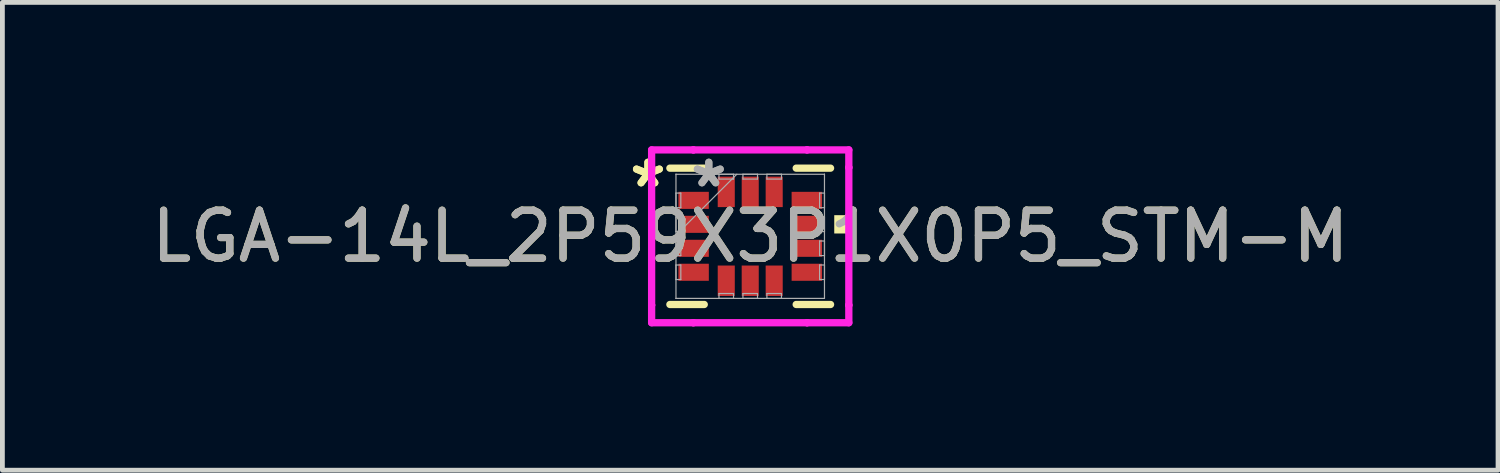
<source format=kicad_pcb>
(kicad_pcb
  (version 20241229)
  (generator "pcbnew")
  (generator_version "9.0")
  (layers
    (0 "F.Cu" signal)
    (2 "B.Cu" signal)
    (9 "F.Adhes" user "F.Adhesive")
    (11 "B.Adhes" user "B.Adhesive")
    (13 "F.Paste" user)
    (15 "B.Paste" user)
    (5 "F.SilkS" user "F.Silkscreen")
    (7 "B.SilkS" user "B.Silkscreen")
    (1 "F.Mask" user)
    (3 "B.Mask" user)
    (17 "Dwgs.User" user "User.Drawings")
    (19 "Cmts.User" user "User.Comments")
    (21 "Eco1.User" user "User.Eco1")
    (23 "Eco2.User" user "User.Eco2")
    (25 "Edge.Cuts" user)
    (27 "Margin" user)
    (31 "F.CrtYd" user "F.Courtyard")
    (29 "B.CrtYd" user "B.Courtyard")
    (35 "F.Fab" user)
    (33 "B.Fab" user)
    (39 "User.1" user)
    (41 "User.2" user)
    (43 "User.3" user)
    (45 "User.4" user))
  (footprint "LGA-14L_2P59X3P1X0P5_STM-M"
    (layer "F.Cu")
    (at 12.601 1.88)
    (property "Reference" "LGA-14L_2P59X3P1X0P5_STM-M" (at 0 0 0) (unlocked yes) (layer "F.SilkS") (effects (font (size 1 1) (thickness 0.15))))
    (attr smd)
    (fp_line (start -1.676 1.422) (end -0.959 1.422) (stroke (width 0.152) (type solid)) (layer "F.SilkS"))
    (fp_line (start -0.959 -1.422) (end -1.676 -1.422) (stroke (width 0.152) (type solid)) (layer "F.SilkS"))
    (fp_line (start 0.959 1.422) (end 1.676 1.422) (stroke (width 0.152) (type solid)) (layer "F.SilkS"))
    (fp_line (start 1.676 -1.422) (end 0.959 -1.422) (stroke (width 0.152) (type solid)) (layer "F.SilkS"))
    (fp_poly (pts (xy 2.007 -0.441) (xy 2.007 -0.059) (xy 1.753 -0.059) (xy 1.753 -0.441)) (stroke (width 0) (type solid)) (fill yes) (layer "F.SilkS"))
    (fp_line (start -2.057 -1.803) (end -1.186 -1.803) (stroke (width 0.152) (type solid)) (layer "F.CrtYd"))
    (fp_line (start -2.057 -1.436) (end -2.057 -1.803) (stroke (width 0.152) (type solid)) (layer "F.CrtYd"))
    (fp_line (start -2.057 -1.436) (end -2.057 -1.436) (stroke (width 0.152) (type solid)) (layer "F.CrtYd"))
    (fp_line (start -2.057 1.436) (end -2.057 -1.436) (stroke (width 0.152) (type solid)) (layer "F.CrtYd"))
    (fp_line (start -2.057 1.436) (end -2.057 1.436) (stroke (width 0.152) (type solid)) (layer "F.CrtYd"))
    (fp_line (start -2.057 1.803) (end -2.057 1.436) (stroke (width 0.152) (type solid)) (layer "F.CrtYd"))
    (fp_line (start -1.186 -1.803) (end -1.186 -1.803) (stroke (width 0.152) (type solid)) (layer "F.CrtYd"))
    (fp_line (start -1.186 -1.803) (end 1.186 -1.803) (stroke (width 0.152) (type solid)) (layer "F.CrtYd"))
    (fp_line (start -1.186 1.803) (end -2.057 1.803) (stroke (width 0.152) (type solid)) (layer "F.CrtYd"))
    (fp_line (start -1.186 1.803) (end -1.186 1.803) (stroke (width 0.152) (type solid)) (layer "F.CrtYd"))
    (fp_line (start 1.186 -1.803) (end 1.186 -1.803) (stroke (width 0.152) (type solid)) (layer "F.CrtYd"))
    (fp_line (start 1.186 -1.803) (end 2.057 -1.803) (stroke (width 0.152) (type solid)) (layer "F.CrtYd"))
    (fp_line (start 1.186 1.803) (end -1.186 1.803) (stroke (width 0.152) (type solid)) (layer "F.CrtYd"))
    (fp_line (start 1.186 1.803) (end 1.186 1.803) (stroke (width 0.152) (type solid)) (layer "F.CrtYd"))
    (fp_line (start 2.057 -1.803) (end 2.057 -1.436) (stroke (width 0.152) (type solid)) (layer "F.CrtYd"))
    (fp_line (start 2.057 -1.436) (end 2.057 -1.436) (stroke (width 0.152) (type solid)) (layer "F.CrtYd"))
    (fp_line (start 2.057 -1.436) (end 2.057 1.436) (stroke (width 0.152) (type solid)) (layer "F.CrtYd"))
    (fp_line (start 2.057 1.436) (end 2.057 1.436) (stroke (width 0.152) (type solid)) (layer "F.CrtYd"))
    (fp_line (start 2.057 1.436) (end 2.057 1.803) (stroke (width 0.152) (type solid)) (layer "F.CrtYd"))
    (fp_line (start 2.057 1.803) (end 1.186 1.803) (stroke (width 0.152) (type solid)) (layer "F.CrtYd"))
    (fp_line (start -1.549 -1.295) (end -1.549 -1.295) (stroke (width 0.025) (type solid)) (layer "F.Fab"))
    (fp_line (start -1.549 -1.295) (end -1.549 1.295) (stroke (width 0.025) (type solid)) (layer "F.Fab"))
    (fp_line (start -1.549 -0.902) (end -1.448 -0.902) (stroke (width 0.025) (type solid)) (layer "F.Fab"))
    (fp_line (start -1.549 -0.598) (end -1.549 -0.902) (stroke (width 0.025) (type solid)) (layer "F.Fab"))
    (fp_line (start -1.549 -0.402) (end -1.448 -0.402) (stroke (width 0.025) (type solid)) (layer "F.Fab"))
    (fp_line (start -1.549 -0.098) (end -1.549 -0.402) (stroke (width 0.025) (type solid)) (layer "F.Fab"))
    (fp_line (start -1.549 -0.025) (end -0.279 -1.295) (stroke (width 0.025) (type solid)) (layer "F.Fab"))
    (fp_line (start -1.549 0.098) (end -1.448 0.098) (stroke (width 0.025) (type solid)) (layer "F.Fab"))
    (fp_line (start -1.549 0.402) (end -1.549 0.098) (stroke (width 0.025) (type solid)) (layer "F.Fab"))
    (fp_line (start -1.549 0.598) (end -1.448 0.598) (stroke (width 0.025) (type solid)) (layer "F.Fab"))
    (fp_line (start -1.549 0.902) (end -1.549 0.598) (stroke (width 0.025) (type solid)) (layer "F.Fab"))
    (fp_line (start -1.549 1.295) (end -1.549 1.295) (stroke (width 0.025) (type solid)) (layer "F.Fab"))
    (fp_line (start -1.549 1.295) (end 1.549 1.295) (stroke (width 0.025) (type solid)) (layer "F.Fab"))
    (fp_line (start -1.448 -0.902) (end -1.448 -0.598) (stroke (width 0.025) (type solid)) (layer "F.Fab"))
    (fp_line (start -1.448 -0.598) (end -1.549 -0.598) (stroke (width 0.025) (type solid)) (layer "F.Fab"))
    (fp_line (start -1.448 -0.402) (end -1.448 -0.098) (stroke (width 0.025) (type solid)) (layer "F.Fab"))
    (fp_line (start -1.448 -0.098) (end -1.549 -0.098) (stroke (width 0.025) (type solid)) (layer "F.Fab"))
    (fp_line (start -1.448 0.098) (end -1.448 0.402) (stroke (width 0.025) (type solid)) (layer "F.Fab"))
    (fp_line (start -1.448 0.402) (end -1.549 0.402) (stroke (width 0.025) (type solid)) (layer "F.Fab"))
    (fp_line (start -1.448 0.598) (end -1.448 0.902) (stroke (width 0.025) (type solid)) (layer "F.Fab"))
    (fp_line (start -1.448 0.902) (end -1.549 0.902) (stroke (width 0.025) (type solid)) (layer "F.Fab"))
    (fp_line (start -0.652 -1.295) (end -0.348 -1.295) (stroke (width 0.025) (type solid)) (layer "F.Fab"))
    (fp_line (start -0.652 -1.194) (end -0.652 -1.295) (stroke (width 0.025) (type solid)) (layer "F.Fab"))
    (fp_line (start -0.652 1.194) (end -0.348 1.194) (stroke (width 0.025) (type solid)) (layer "F.Fab"))
    (fp_line (start -0.652 1.295) (end -0.652 1.194) (stroke (width 0.025) (type solid)) (layer "F.Fab"))
    (fp_line (start -0.348 -1.295) (end -0.348 -1.194) (stroke (width 0.025) (type solid)) (layer "F.Fab"))
    (fp_line (start -0.348 -1.194) (end -0.652 -1.194) (stroke (width 0.025) (type solid)) (layer "F.Fab"))
    (fp_line (start -0.348 1.194) (end -0.348 1.295) (stroke (width 0.025) (type solid)) (layer "F.Fab"))
    (fp_line (start -0.348 1.295) (end -0.652 1.295) (stroke (width 0.025) (type solid)) (layer "F.Fab"))
    (fp_line (start -0.152 -1.295) (end 0.152 -1.295) (stroke (width 0.025) (type solid)) (layer "F.Fab"))
    (fp_line (start -0.152 -1.194) (end -0.152 -1.295) (stroke (width 0.025) (type solid)) (layer "F.Fab"))
    (fp_line (start -0.152 1.194) (end 0.152 1.194) (stroke (width 0.025) (type solid)) (layer "F.Fab"))
    (fp_line (start -0.152 1.295) (end -0.152 1.194) (stroke (width 0.025) (type solid)) (layer "F.Fab"))
    (fp_line (start 0.152 -1.295) (end 0.152 -1.194) (stroke (width 0.025) (type solid)) (layer "F.Fab"))
    (fp_line (start 0.152 -1.194) (end -0.152 -1.194) (stroke (width 0.025) (type solid)) (layer "F.Fab"))
    (fp_line (start 0.152 1.194) (end 0.152 1.295) (stroke (width 0.025) (type solid)) (layer "F.Fab"))
    (fp_line (start 0.152 1.295) (end -0.152 1.295) (stroke (width 0.025) (type solid)) (layer "F.Fab"))
    (fp_line (start 0.348 -1.295) (end 0.652 -1.295) (stroke (width 0.025) (type solid)) (layer "F.Fab"))
    (fp_line (start 0.348 -1.194) (end 0.348 -1.295) (stroke (width 0.025) (type solid)) (layer "F.Fab"))
    (fp_line (start 0.348 1.194) (end 0.652 1.194) (stroke (width 0.025) (type solid)) (layer "F.Fab"))
    (fp_line (start 0.348 1.295) (end 0.348 1.194) (stroke (width 0.025) (type solid)) (layer "F.Fab"))
    (fp_line (start 0.652 -1.295) (end 0.652 -1.194) (stroke (width 0.025) (type solid)) (layer "F.Fab"))
    (fp_line (start 0.652 -1.194) (end 0.348 -1.194) (stroke (width 0.025) (type solid)) (layer "F.Fab"))
    (fp_line (start 0.652 1.194) (end 0.652 1.295) (stroke (width 0.025) (type solid)) (layer "F.Fab"))
    (fp_line (start 0.652 1.295) (end 0.348 1.295) (stroke (width 0.025) (type solid)) (layer "F.Fab"))
    (fp_line (start 1.448 -0.902) (end 1.549 -0.902) (stroke (width 0.025) (type solid)) (layer "F.Fab"))
    (fp_line (start 1.448 -0.598) (end 1.448 -0.902) (stroke (width 0.025) (type solid)) (layer "F.Fab"))
    (fp_line (start 1.448 -0.402) (end 1.549 -0.402) (stroke (width 0.025) (type solid)) (layer "F.Fab"))
    (fp_line (start 1.448 -0.098) (end 1.448 -0.402) (stroke (width 0.025) (type solid)) (layer "F.Fab"))
    (fp_line (start 1.448 0.098) (end 1.549 0.098) (stroke (width 0.025) (type solid)) (layer "F.Fab"))
    (fp_line (start 1.448 0.402) (end 1.448 0.098) (stroke (width 0.025) (type solid)) (layer "F.Fab"))
    (fp_line (start 1.448 0.598) (end 1.549 0.598) (stroke (width 0.025) (type solid)) (layer "F.Fab"))
    (fp_line (start 1.448 0.902) (end 1.448 0.598) (stroke (width 0.025) (type solid)) (layer "F.Fab"))
    (fp_line (start 1.549 -1.295) (end -1.549 -1.295) (stroke (width 0.025) (type solid)) (layer "F.Fab"))
    (fp_line (start 1.549 -1.295) (end 1.549 -1.295) (stroke (width 0.025) (type solid)) (layer "F.Fab"))
    (fp_line (start 1.549 -0.902) (end 1.549 -0.598) (stroke (width 0.025) (type solid)) (layer "F.Fab"))
    (fp_line (start 1.549 -0.598) (end 1.448 -0.598) (stroke (width 0.025) (type solid)) (layer "F.Fab"))
    (fp_line (start 1.549 -0.402) (end 1.549 -0.098) (stroke (width 0.025) (type solid)) (layer "F.Fab"))
    (fp_line (start 1.549 -0.098) (end 1.448 -0.098) (stroke (width 0.025) (type solid)) (layer "F.Fab"))
    (fp_line (start 1.549 0.098) (end 1.549 0.402) (stroke (width 0.025) (type solid)) (layer "F.Fab"))
    (fp_line (start 1.549 0.402) (end 1.448 0.402) (stroke (width 0.025) (type solid)) (layer "F.Fab"))
    (fp_line (start 1.549 0.598) (end 1.549 0.902) (stroke (width 0.025) (type solid)) (layer "F.Fab"))
    (fp_line (start 1.549 0.902) (end 1.448 0.902) (stroke (width 0.025) (type solid)) (layer "F.Fab"))
    (fp_line (start 1.549 1.295) (end 1.549 -1.295) (stroke (width 0.025) (type solid)) (layer "F.Fab"))
    (fp_line (start 1.549 1.295) (end 1.549 1.295) (stroke (width 0.025) (type solid)) (layer "F.Fab"))
    (fp_text user "*" (at -2.134 -1 0) (layer "F.SilkS") (effects (font (size 1 1) (thickness 0.15))))
    (fp_text user "*" (at -2.134 -1 0) (unlocked yes) (layer "F.SilkS") (effects (font (size 1 1) (thickness 0.15))))
    (fp_text user "*" (at -0.864 -1 0) (layer "F.Fab") (effects (font (size 1 1) (thickness 0.15))))
    (fp_text user "${REFERENCE}" (at 0 0 0) (unlocked yes) (layer "F.Fab") (effects (font (size 1 1) (thickness 0.15))))
    (fp_text user "*" (at -0.864 -1 0) (unlocked yes) (layer "F.Fab") (effects (font (size 1 1) (thickness 0.15))))
    (pad "1" smd rect (at -1.181 -0.75 90) (size 0.356 0.635) (layers "F.Cu" "F.Mask" "F.Paste"))
    (pad "2" smd rect (at -1.181 -0.25 90) (size 0.356 0.635) (layers "F.Cu" "F.Mask" "F.Paste"))
    (pad "3" smd rect (at -1.181 0.25 90) (size 0.356 0.635) (layers "F.Cu" "F.Mask" "F.Paste"))
    (pad "4" smd rect (at -1.181 0.75 90) (size 0.356 0.635) (layers "F.Cu" "F.Mask" "F.Paste"))
    (pad "5" smd rect (at -0.5 0.927) (size 0.356 0.635) (layers "F.Cu" "F.Mask" "F.Paste"))
    (pad "6" smd rect (at 0 0.927) (size 0.356 0.635) (layers "F.Cu" "F.Mask" "F.Paste"))
    (pad "7" smd rect (at 0.5 0.927) (size 0.356 0.635) (layers "F.Cu" "F.Mask" "F.Paste"))
    (pad "8" smd rect (at 1.181 0.75 90) (size 0.356 0.635) (layers "F.Cu" "F.Mask" "F.Paste"))
    (pad "9" smd rect (at 1.181 0.25 90) (size 0.356 0.635) (layers "F.Cu" "F.Mask" "F.Paste"))
    (pad "10" smd rect (at 1.181 -0.25 90) (size 0.356 0.635) (layers "F.Cu" "F.Mask" "F.Paste"))
    (pad "11" smd rect (at 1.181 -0.75 90) (size 0.356 0.635) (layers "F.Cu" "F.Mask" "F.Paste"))
    (pad "12" smd rect (at 0.5 -0.927) (size 0.356 0.635) (layers "F.Cu" "F.Mask" "F.Paste"))
    (pad "13" smd rect (at 0 -0.927) (size 0.356 0.635) (layers "F.Cu" "F.Mask" "F.Paste"))
    (pad "14" smd rect (at -0.5 -0.927) (size 0.356 0.635) (layers "F.Cu" "F.Mask" "F.Paste")))
  (gr_rect
    (start -3 -3)
    (end 28.202 6.759)
    (stroke (width 0.1) (type default))
    (fill no)
    (layer "Edge.Cuts")))
</source>
